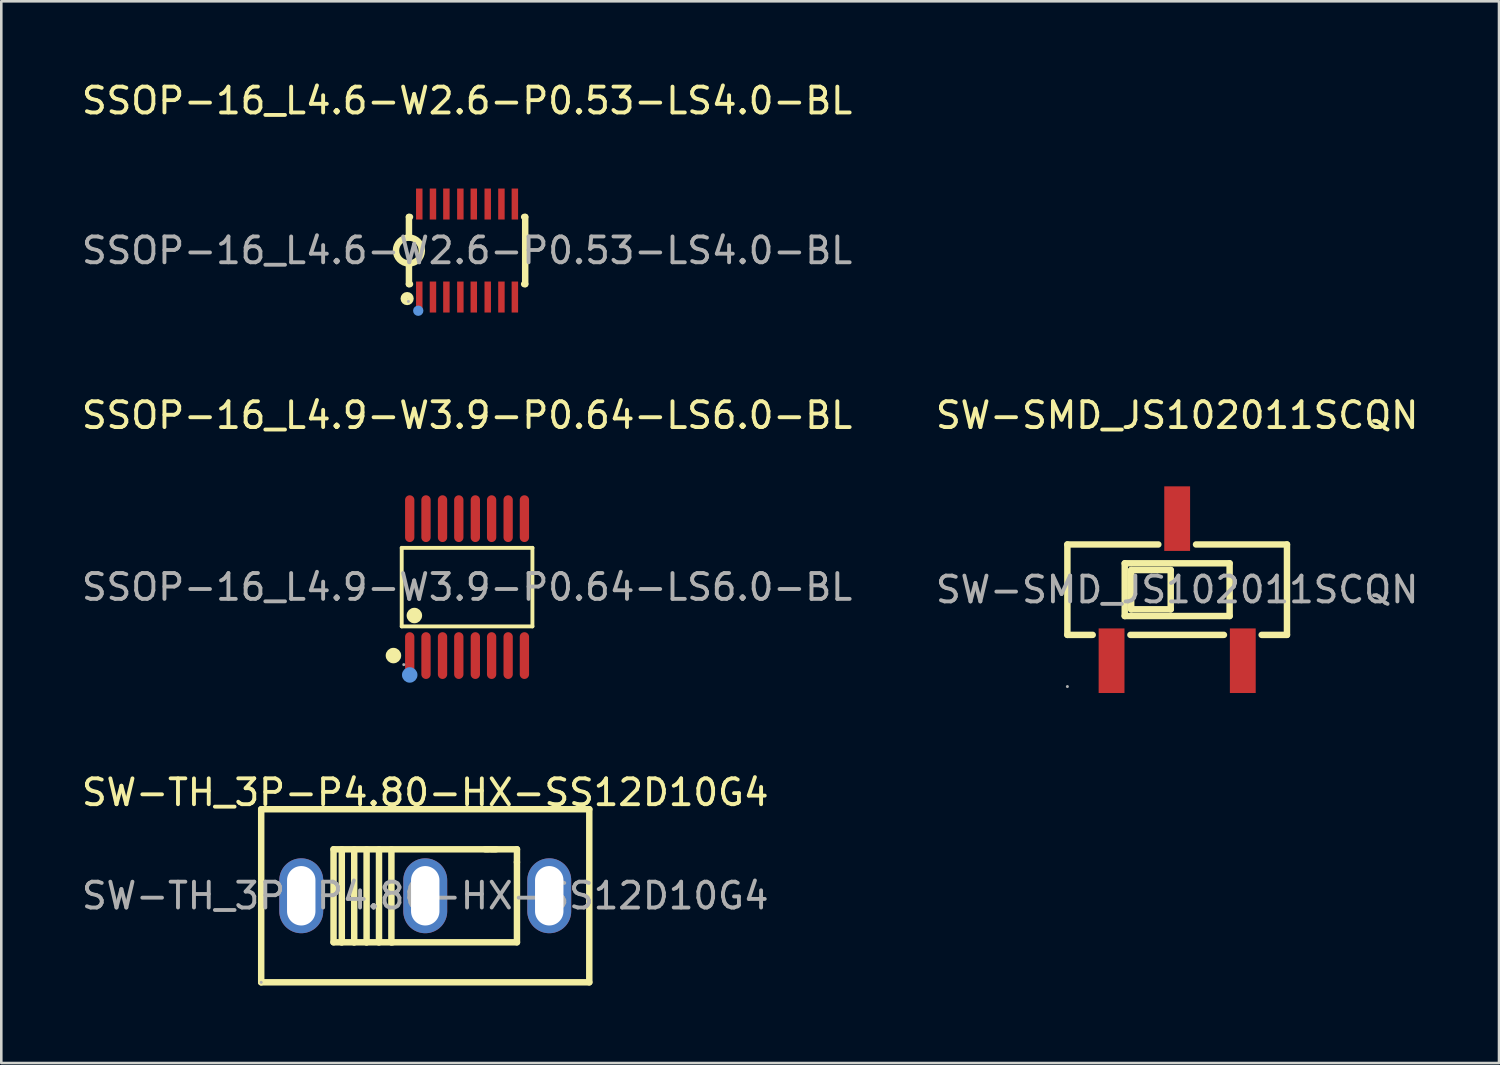
<source format=kicad_pcb>
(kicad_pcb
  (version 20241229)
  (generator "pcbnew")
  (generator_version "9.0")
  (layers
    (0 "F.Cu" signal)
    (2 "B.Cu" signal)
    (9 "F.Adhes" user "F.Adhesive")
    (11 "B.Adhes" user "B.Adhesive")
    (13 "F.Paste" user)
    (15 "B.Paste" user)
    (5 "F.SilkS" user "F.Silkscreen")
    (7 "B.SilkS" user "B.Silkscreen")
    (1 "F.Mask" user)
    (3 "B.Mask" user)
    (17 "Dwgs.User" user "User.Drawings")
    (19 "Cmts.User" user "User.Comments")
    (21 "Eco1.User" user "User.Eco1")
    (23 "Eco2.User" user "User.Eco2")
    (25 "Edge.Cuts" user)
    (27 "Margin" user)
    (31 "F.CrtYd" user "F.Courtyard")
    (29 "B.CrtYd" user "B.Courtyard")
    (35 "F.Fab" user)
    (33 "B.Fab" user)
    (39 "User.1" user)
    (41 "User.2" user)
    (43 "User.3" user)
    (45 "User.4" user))
  (footprint "SSOP-16_L4.6-W2.6-P0.53-LS4.0-BL"
    (layer "F.Cu")
    (at 15.03 6.648)
    (property "Reference" "SSOP-16_L4.6-W2.6-P0.53-LS4.0-BL" (at 0 -5.8 0) (layer "F.SilkS") (effects (font (size 1 1) (thickness 0.15))))
    (attr smd)
    (fp_line (start -2.25 -1.3) (end -2.25 -0.5) (stroke (width 0.25) (type solid)) (layer "F.SilkS"))
    (fp_line (start -2.25 -1.3) (end -2.21 -1.3) (stroke (width 0.25) (type solid)) (layer "F.SilkS"))
    (fp_line (start -2.25 1.3) (end -2.25 0.5) (stroke (width 0.25) (type solid)) (layer "F.SilkS"))
    (fp_line (start -2.25 1.3) (end -2.21 1.3) (stroke (width 0.25) (type solid)) (layer "F.SilkS"))
    (fp_line (start 2.21 -1.3) (end 2.25 -1.3) (stroke (width 0.25) (type solid)) (layer "F.SilkS"))
    (fp_line (start 2.25 -1.3) (end 2.25 1.3) (stroke (width 0.25) (type solid)) (layer "F.SilkS"))
    (fp_line (start 2.25 1.3) (end 2.21 1.3) (stroke (width 0.25) (type solid)) (layer "F.SilkS"))
    (fp_arc (start -2.241274 -0.499924) (mid -2.254363 0.499981) (end -2.25 -0.5) (stroke (width 0.25) (type solid)) (layer "F.SilkS"))
    (fp_circle (center -2.32 1.86) (end -2.19 1.86) (stroke (width 0.25) (type solid)) (fill no) (layer "F.SilkS"))
    (fp_circle (center -1.89 2.33) (end -1.79 2.33) (stroke (width 0.2) (type solid)) (fill no) (layer "Cmts.User"))
    (fp_circle (center -2.27 1.97) (end -2.24 1.97) (stroke (width 0.06) (type solid)) (fill no) (layer "F.Fab"))
    (fp_text user "${REFERENCE}" (at 0 0 0) (layer "F.Fab") (effects (font (size 1 1) (thickness 0.15))))
    (pad "1" smd rect (at -1.85 1.8 90) (size 1.2 0.25) (layers "F.Cu" "F.Mask" "F.Paste"))
    (pad "2" smd rect (at -1.32 1.8 90) (size 1.2 0.25) (layers "F.Cu" "F.Mask" "F.Paste"))
    (pad "3" smd rect (at -0.8 1.8 90) (size 1.2 0.25) (layers "F.Cu" "F.Mask" "F.Paste"))
    (pad "4" smd rect (at -0.26 1.8 90) (size 1.2 0.25) (layers "F.Cu" "F.Mask" "F.Paste"))
    (pad "5" smd rect (at 0.26 1.8 90) (size 1.2 0.25) (layers "F.Cu" "F.Mask" "F.Paste"))
    (pad "6" smd rect (at 0.8 1.8 90) (size 1.2 0.25) (layers "F.Cu" "F.Mask" "F.Paste"))
    (pad "7" smd rect (at 1.33 1.8 90) (size 1.2 0.25) (layers "F.Cu" "F.Mask" "F.Paste"))
    (pad "8" smd rect (at 1.85 1.8 90) (size 1.2 0.25) (layers "F.Cu" "F.Mask" "F.Paste"))
    (pad "9" smd rect (at 1.85 -1.8 90) (size 1.2 0.25) (layers "F.Cu" "F.Mask" "F.Paste"))
    (pad "10" smd rect (at 1.33 -1.8 90) (size 1.2 0.25) (layers "F.Cu" "F.Mask" "F.Paste"))
    (pad "11" smd rect (at 0.8 -1.8 90) (size 1.2 0.25) (layers "F.Cu" "F.Mask" "F.Paste"))
    (pad "12" smd rect (at 0.26 -1.8 90) (size 1.2 0.25) (layers "F.Cu" "F.Mask" "F.Paste"))
    (pad "13" smd rect (at -0.26 -1.8 90) (size 1.2 0.25) (layers "F.Cu" "F.Mask" "F.Paste"))
    (pad "14" smd rect (at -0.8 -1.8 90) (size 1.2 0.25) (layers "F.Cu" "F.Mask" "F.Paste"))
    (pad "15" smd rect (at -1.32 -1.8 90) (size 1.2 0.25) (layers "F.Cu" "F.Mask" "F.Paste"))
    (pad "16" smd rect (at -1.85 -1.8 90) (size 1.2 0.25) (layers "F.Cu" "F.Mask" "F.Paste")))
  (footprint "SW-SMD_JS102011SCQN"
    (layer "F.Cu")
    (at 42.518 19.776)
    (property "Reference" "SW-SMD_JS102011SCQN" (at 0 -6.75 0) (layer "F.SilkS") (effects (font (size 1 1) (thickness 0.15))))
    (attr smd)
    (fp_line (start -4.25 -1.75) (end -0.73 -1.75) (stroke (width 0.25) (type solid)) (layer "F.SilkS"))
    (fp_line (start -4.25 1.75) (end -4.25 -1.75) (stroke (width 0.25) (type solid)) (layer "F.SilkS"))
    (fp_line (start -4.25 1.75) (end -3.27 1.75) (stroke (width 0.25) (type solid)) (layer "F.SilkS"))
    (fp_line (start -2.03 -1.02) (end 2.03 -1.02) (stroke (width 0.25) (type solid)) (layer "F.SilkS"))
    (fp_line (start -2.03 1.02) (end -2.03 -1.02) (stroke (width 0.25) (type solid)) (layer "F.SilkS"))
    (fp_line (start -1.81 1.75) (end 1.81 1.75) (stroke (width 0.25) (type solid)) (layer "F.SilkS"))
    (fp_line (start -1.78 -0.76) (end -0.25 -0.76) (stroke (width 0.25) (type solid)) (layer "F.SilkS"))
    (fp_line (start -1.78 0.76) (end -1.78 -0.76) (stroke (width 0.25) (type solid)) (layer "F.SilkS"))
    (fp_line (start -0.25 -0.76) (end -0.25 0.76) (stroke (width 0.25) (type solid)) (layer "F.SilkS"))
    (fp_line (start -0.25 0.76) (end -1.78 0.76) (stroke (width 0.25) (type solid)) (layer "F.SilkS"))
    (fp_line (start 0.73 -1.75) (end 4.25 -1.75) (stroke (width 0.25) (type solid)) (layer "F.SilkS"))
    (fp_line (start 2.03 -1.02) (end 2.03 1.02) (stroke (width 0.25) (type solid)) (layer "F.SilkS"))
    (fp_line (start 2.03 1.02) (end -2.03 1.02) (stroke (width 0.25) (type solid)) (layer "F.SilkS"))
    (fp_line (start 3.27 1.75) (end 4.25 1.75) (stroke (width 0.25) (type solid)) (layer "F.SilkS"))
    (fp_line (start 4.25 -1.75) (end 4.25 1.75) (stroke (width 0.25) (type solid)) (layer "F.SilkS"))
    (fp_circle (center -4.25 3.75) (end -4.22 3.75) (stroke (width 0.06) (type solid)) (fill no) (layer "F.Fab"))
    (fp_text user "${REFERENCE}" (at 0 0 0) (layer "F.Fab") (effects (font (size 1 1) (thickness 0.15))))
    (pad "1" smd rect (at -2.54 2.75) (size 1 2.5) (layers "F.Cu" "F.Mask" "F.Paste"))
    (pad "2" smd rect (at 0 -2.75) (size 1 2.5) (layers "F.Cu" "F.Mask" "F.Paste"))
    (pad "3" smd rect (at 2.54 2.75) (size 1 2.5) (layers "F.Cu" "F.Mask" "F.Paste")))
  (footprint "SW-TH_3P-P4.80-HX-SS12D10G4"
    (layer "F.Cu")
    (at 13.411 31.625)
    (property "Reference" "SW-TH_3P-P4.80-HX-SS12D10G4" (at 0 -4 0) (layer "F.SilkS") (effects (font (size 1 1) (thickness 0.15))))
    (attr through_hole)
    (fp_line (start -6.35 -3.35) (end -6.35 3.35) (stroke (width 0.25) (type solid)) (layer "F.SilkS"))
    (fp_line (start -6.35 -3.35) (end 6.35 -3.35) (stroke (width 0.25) (type solid)) (layer "F.SilkS"))
    (fp_line (start -3.55 -1.8) (end -3.55 1.8) (stroke (width 0.25) (type solid)) (layer "F.SilkS"))
    (fp_line (start -3.55 1.8) (end 3.55 1.8) (stroke (width 0.25) (type solid)) (layer "F.SilkS"))
    (fp_line (start -3.23 -1.8) (end -3.23 1.8) (stroke (width 0.25) (type solid)) (layer "F.SilkS"))
    (fp_line (start -3.23 1.8) (end -3.24 1.8) (stroke (width 0.25) (type solid)) (layer "F.SilkS"))
    (fp_line (start -2.75 -1.8) (end -2.75 1.8) (stroke (width 0.25) (type solid)) (layer "F.SilkS"))
    (fp_line (start -2.75 1.8) (end -2.76 1.8) (stroke (width 0.25) (type solid)) (layer "F.SilkS"))
    (fp_line (start -2.27 -1.8) (end -2.27 1.8) (stroke (width 0.25) (type solid)) (layer "F.SilkS"))
    (fp_line (start -2.27 1.8) (end -2.28 1.8) (stroke (width 0.25) (type solid)) (layer "F.SilkS"))
    (fp_line (start -1.79 -1.8) (end -1.79 1.8) (stroke (width 0.25) (type solid)) (layer "F.SilkS"))
    (fp_line (start -1.79 1.8) (end -1.8 1.8) (stroke (width 0.25) (type solid)) (layer "F.SilkS"))
    (fp_line (start -1.31 -1.8) (end -1.31 1.8) (stroke (width 0.25) (type solid)) (layer "F.SilkS"))
    (fp_line (start -1.31 1.8) (end -1.26 1.8) (stroke (width 0.25) (type solid)) (layer "F.SilkS"))
    (fp_line (start 2.45 -1.8) (end -3.55 -1.8) (stroke (width 0.25) (type solid)) (layer "F.SilkS"))
    (fp_line (start 2.74 -1.8) (end 2.32 -1.8) (stroke (width 0.25) (type solid)) (layer "F.SilkS"))
    (fp_line (start 3.55 -1.8) (end 2.55 -1.8) (stroke (width 0.25) (type solid)) (layer "F.SilkS"))
    (fp_line (start 3.55 -1.3) (end 3.55 -1.8) (stroke (width 0.25) (type solid)) (layer "F.SilkS"))
    (fp_line (start 3.55 1.8) (end 3.55 -1.3) (stroke (width 0.25) (type solid)) (layer "F.SilkS"))
    (fp_line (start 6.35 -3.35) (end 6.35 3.35) (stroke (width 0.25) (type solid)) (layer "F.SilkS"))
    (fp_line (start 6.35 3.35) (end -6.35 3.35) (stroke (width 0.25) (type solid)) (layer "F.SilkS"))
    (fp_circle (center -6.35 3.35) (end -6.32 3.35) (stroke (width 0.06) (type solid)) (fill no) (layer "F.Fab"))
    (fp_text user "${REFERENCE}" (at 0 0 0) (layer "F.Fab") (effects (font (size 1 1) (thickness 0.15))))
    (pad "1" thru_hole oval (at -4.8 0) (size 1.7 2.9) (drill oval 1.1 2.3) (layers "*.Cu" "*.Mask"))
    (pad "2" thru_hole oval (at 0 0) (size 1.7 2.9) (drill oval 1.1 2.3) (layers "*.Cu" "*.Mask"))
    (pad "3" thru_hole oval (at 4.8 0) (size 1.7 2.9) (drill oval 1.1 2.3) (layers "*.Cu" "*.Mask")))
  (footprint "SSOP-16_L4.9-W3.9-P0.64-LS6.0-BL"
    (layer "F.Cu")
    (at 15.03 19.677)
    (property "Reference" "SSOP-16_L4.9-W3.9-P0.64-LS6.0-BL" (at 0 -6.65 0) (layer "F.SilkS") (effects (font (size 1 1) (thickness 0.15))))
    (attr smd)
    (fp_line (start -2.53 -1.52) (end 2.53 -1.52) (stroke (width 0.15) (type solid)) (layer "F.SilkS"))
    (fp_line (start -2.53 1.52) (end -2.53 -1.52) (stroke (width 0.15) (type solid)) (layer "F.SilkS"))
    (fp_line (start 2.53 -1.52) (end 2.53 1.52) (stroke (width 0.15) (type solid)) (layer "F.SilkS"))
    (fp_line (start 2.53 1.52) (end -2.53 1.52) (stroke (width 0.15) (type solid)) (layer "F.SilkS"))
    (fp_circle (center -2.85 2.65) (end -2.7 2.65) (stroke (width 0.3) (type solid)) (fill no) (layer "F.SilkS"))
    (fp_circle (center -2.04 1.1) (end -1.89 1.1) (stroke (width 0.3) (type solid)) (fill no) (layer "F.SilkS"))
    (fp_circle (center -2.22 3.4) (end -2.07 3.4) (stroke (width 0.3) (type solid)) (fill no) (layer "Cmts.User"))
    (fp_circle (center -2.45 3) (end -2.42 3) (stroke (width 0.06) (type solid)) (fill no) (layer "F.Fab"))
    (fp_text user "${REFERENCE}" (at 0 0 0) (layer "F.Fab") (effects (font (size 1 1) (thickness 0.15))))
    (pad "1" smd oval (at -2.22 2.65) (size 0.36 1.81) (layers "F.Cu" "F.Mask" "F.Paste"))
    (pad "2" smd oval (at -1.59 2.65) (size 0.36 1.81) (layers "F.Cu" "F.Mask" "F.Paste"))
    (pad "3" smd oval (at -0.95 2.65) (size 0.36 1.81) (layers "F.Cu" "F.Mask" "F.Paste"))
    (pad "4" smd oval (at -0.32 2.65) (size 0.36 1.81) (layers "F.Cu" "F.Mask" "F.Paste"))
    (pad "5" smd oval (at 0.32 2.65) (size 0.36 1.81) (layers "F.Cu" "F.Mask" "F.Paste"))
    (pad "6" smd oval (at 0.95 2.65) (size 0.36 1.81) (layers "F.Cu" "F.Mask" "F.Paste"))
    (pad "7" smd oval (at 1.59 2.65) (size 0.36 1.81) (layers "F.Cu" "F.Mask" "F.Paste"))
    (pad "8" smd oval (at 2.22 2.65) (size 0.36 1.81) (layers "F.Cu" "F.Mask" "F.Paste"))
    (pad "9" smd oval (at 2.22 -2.65) (size 0.36 1.81) (layers "F.Cu" "F.Mask" "F.Paste"))
    (pad "10" smd oval (at 1.59 -2.65) (size 0.36 1.81) (layers "F.Cu" "F.Mask" "F.Paste"))
    (pad "11" smd oval (at 0.95 -2.65) (size 0.36 1.81) (layers "F.Cu" "F.Mask" "F.Paste"))
    (pad "12" smd oval (at 0.32 -2.65) (size 0.36 1.81) (layers "F.Cu" "F.Mask" "F.Paste"))
    (pad "13" smd oval (at -0.32 -2.65) (size 0.36 1.81) (layers "F.Cu" "F.Mask" "F.Paste"))
    (pad "14" smd oval (at -0.95 -2.65) (size 0.36 1.81) (layers "F.Cu" "F.Mask" "F.Paste"))
    (pad "15" smd oval (at -1.59 -2.65) (size 0.36 1.81) (layers "F.Cu" "F.Mask" "F.Paste"))
    (pad "16" smd oval (at -2.22 -2.65) (size 0.36 1.81) (layers "F.Cu" "F.Mask" "F.Paste")))
  (gr_rect
    (start -3 -3)
    (end 54.976 38.1)
    (stroke (width 0.1) (type default))
    (fill no)
    (layer "Edge.Cuts")))
</source>
